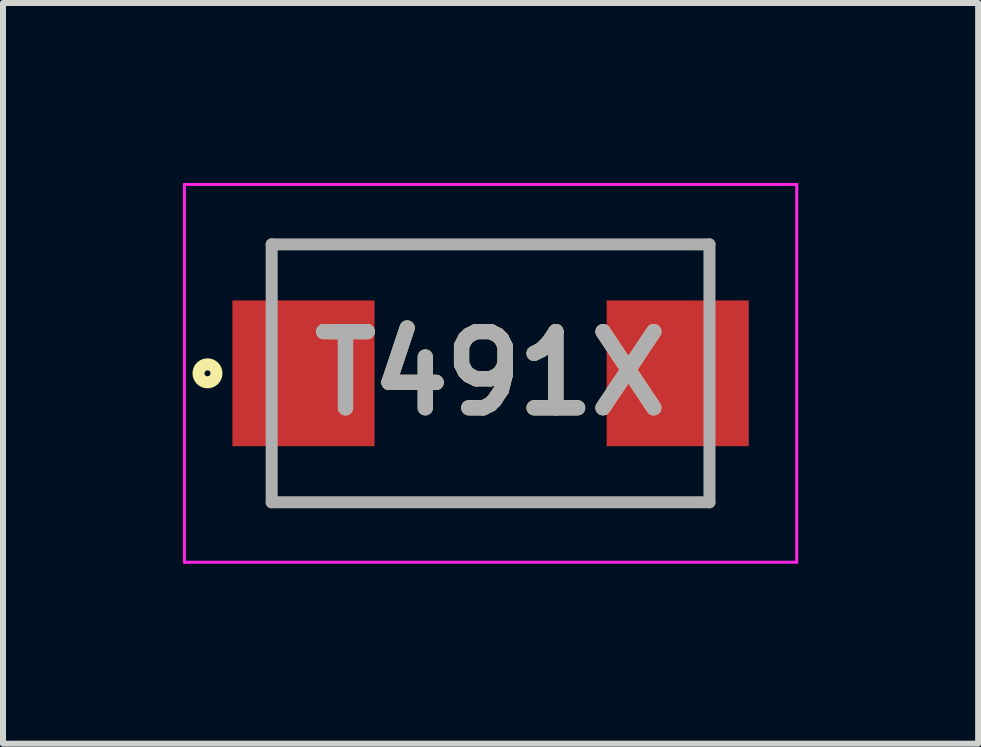
<source format=kicad_pcb>
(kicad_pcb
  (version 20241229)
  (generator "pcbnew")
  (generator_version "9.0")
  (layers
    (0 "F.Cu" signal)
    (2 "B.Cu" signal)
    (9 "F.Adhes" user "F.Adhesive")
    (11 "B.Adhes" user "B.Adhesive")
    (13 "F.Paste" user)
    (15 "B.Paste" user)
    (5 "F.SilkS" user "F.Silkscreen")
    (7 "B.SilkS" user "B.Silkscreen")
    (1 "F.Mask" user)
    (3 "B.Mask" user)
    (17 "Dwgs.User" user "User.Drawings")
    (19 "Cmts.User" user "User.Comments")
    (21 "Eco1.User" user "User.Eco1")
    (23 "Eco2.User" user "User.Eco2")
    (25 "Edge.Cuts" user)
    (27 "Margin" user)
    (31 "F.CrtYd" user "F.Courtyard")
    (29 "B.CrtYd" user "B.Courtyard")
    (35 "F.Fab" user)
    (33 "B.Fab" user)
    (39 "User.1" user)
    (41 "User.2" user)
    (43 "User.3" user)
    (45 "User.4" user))
  (footprint "T491X"
    (layer "F.Cu")
    (at 5.13 3.175)
    (property "Reference" "T491X" (at 0 0 0) (layer "F.SilkS") (effects (font (size 1.27 1.27) (thickness 0.254))))
    (attr smd)
    (fp_line (start -3.65 -2.15) (end 3.65 -2.15) (stroke (width 0.1) (type solid)) (layer "F.SilkS"))
    (fp_line (start 3.65 2.15) (end -3.65 2.15) (stroke (width 0.1) (type solid)) (layer "F.SilkS"))
    (fp_circle (center -4.72 0) (end -4.72 0.05) (stroke (width 0.2) (type solid)) (fill no) (layer "F.SilkS"))
    (fp_line (start -5.105 -3.15) (end 5.105 -3.15) (stroke (width 0.05) (type solid)) (layer "F.CrtYd"))
    (fp_line (start -5.105 3.15) (end -5.105 -3.15) (stroke (width 0.05) (type solid)) (layer "F.CrtYd"))
    (fp_line (start 5.105 -3.15) (end 5.105 3.15) (stroke (width 0.05) (type solid)) (layer "F.CrtYd"))
    (fp_line (start 5.105 3.15) (end -5.105 3.15) (stroke (width 0.05) (type solid)) (layer "F.CrtYd"))
    (fp_line (start -3.65 -2.15) (end 3.65 -2.15) (stroke (width 0.2) (type solid)) (layer "F.Fab"))
    (fp_line (start -3.65 2.15) (end -3.65 -2.15) (stroke (width 0.2) (type solid)) (layer "F.Fab"))
    (fp_line (start 3.65 -2.15) (end 3.65 2.15) (stroke (width 0.2) (type solid)) (layer "F.Fab"))
    (fp_line (start 3.65 2.15) (end -3.65 2.15) (stroke (width 0.2) (type solid)) (layer "F.Fab"))
    (fp_text user "${REFERENCE}" (at 0 0 0) (layer "F.Fab") (effects (font (size 1.27 1.27) (thickness 0.254))))
    (pad "1" smd rect (at -3.12 0) (size 2.37 2.43) (layers "F.Cu" "F.Mask" "F.Paste"))
    (pad "2" smd rect (at 3.12 0) (size 2.37 2.43) (layers "F.Cu" "F.Mask" "F.Paste")))
  (gr_rect
    (start -3 -3)
    (end 13.26 9.35)
    (stroke (width 0.1) (type default))
    (fill no)
    (layer "Edge.Cuts")))
</source>
